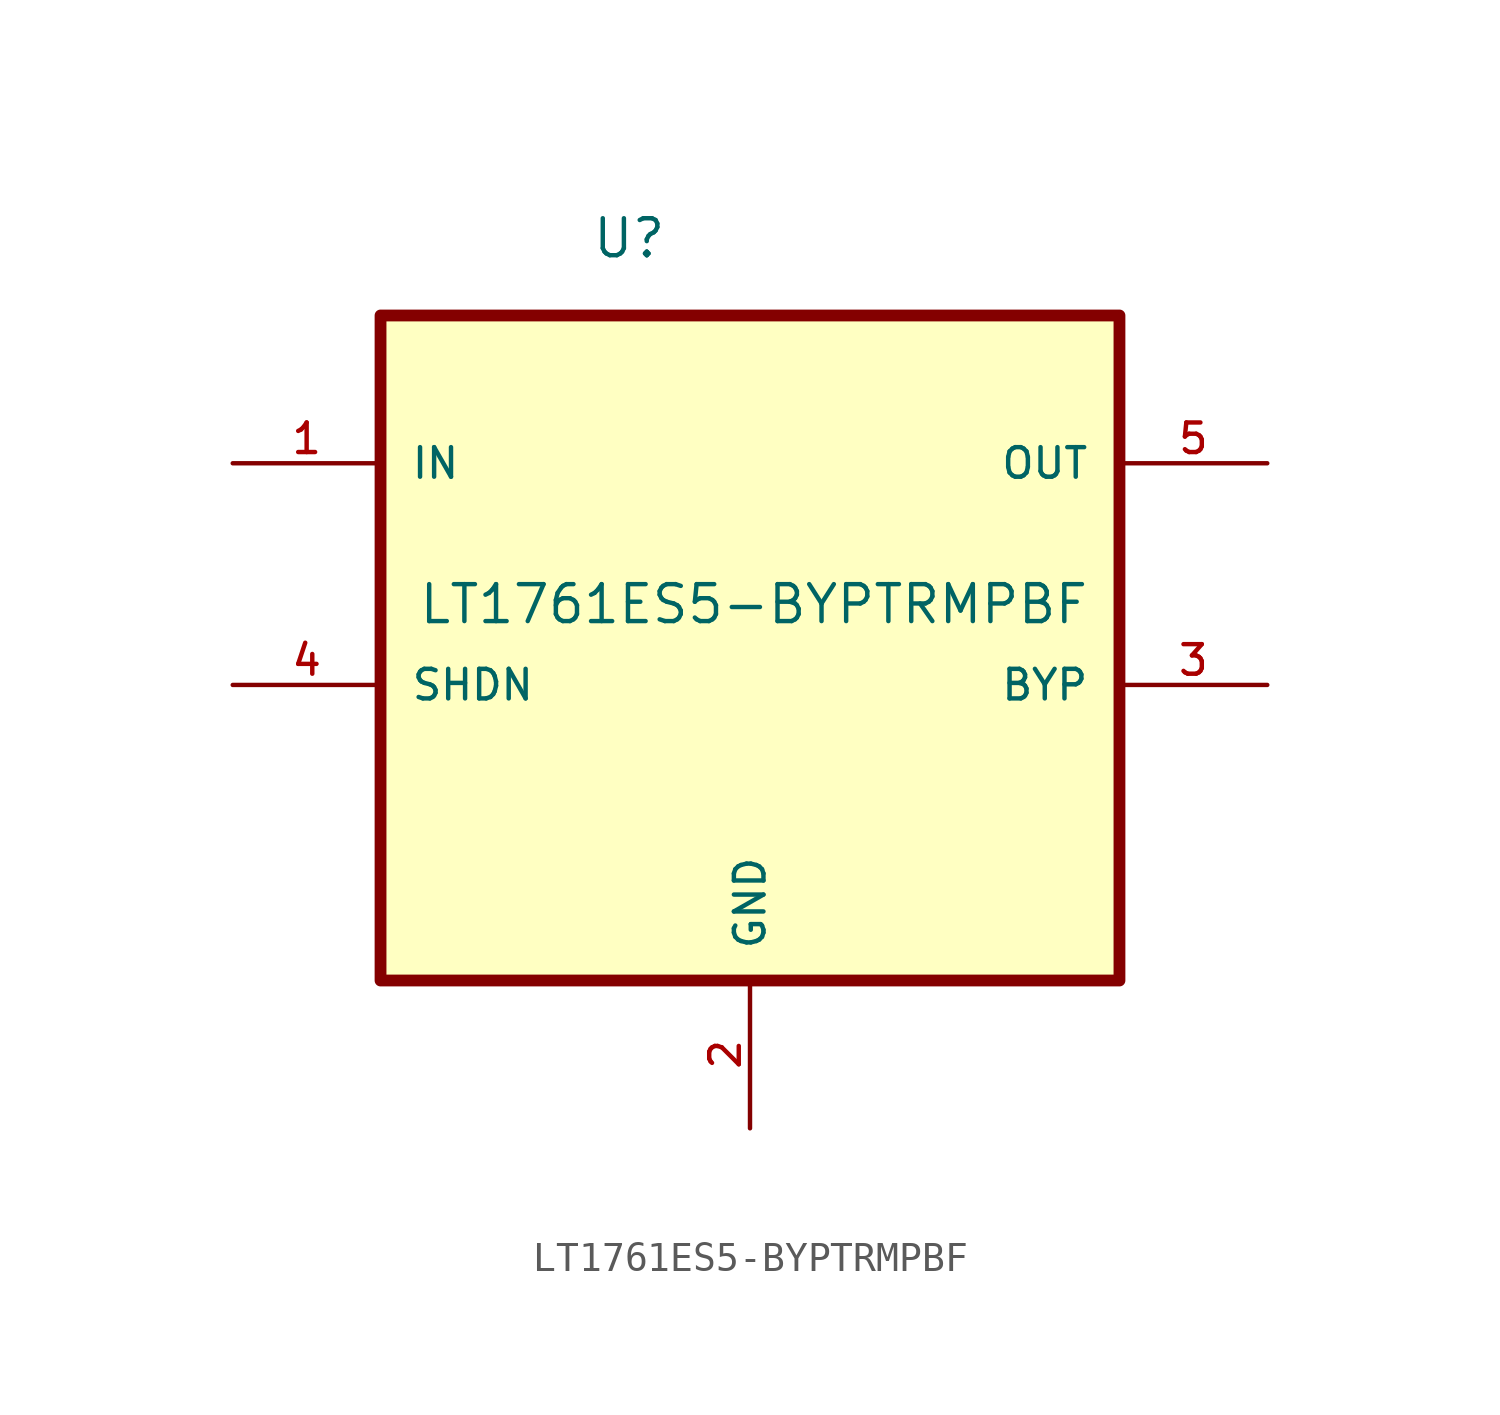
<source format=kicad_sym>
(kicad_symbol_lib
  (version 20241209)
  (generator "kicad_symbol_editor")
  (generator_version "9.0")
  (symbol "LT1761ES5-BYPTRMPBF"
    (pin_names
      (offset 1.016))
    (property "Reference" "U"
      (at -5.463 9.529 0)
      (effects (font (size 1.27 1.27)) (justify left bottom)))
    (property "Value" "LT1761ES5-BYPTRMPBF"
      (at -11.43 -3.048 0)
      (effects (font (size 1.27 1.27)) (justify left bottom)))
    (symbol "LT1761ES5-BYPTRMPBF_0_0"
      (rectangle (start -12.7 7.62) (end 12.7 -15.24) (stroke (width 0.406) (type default)) (fill (type background)))
      (pin input line (at -17.78 2.54 0) (length 5.08) (name "IN" (effects (font (size 1.016 1.016)))) (number "1" (effects (font (size 1.016 1.016)))))
      (pin output line (at 17.78 2.54 180) (length 5.08) (name "OUT" (effects (font (size 1.016 1.016)))) (number "5" (effects (font (size 1.016 1.016)))))
      (pin input line (at 17.78 -5.08 180) (length 5.08) (name "BYP" (effects (font (size 1.016 1.016)))) (number "3" (effects (font (size 1.016 1.016))))))
    (symbol "LT1761ES5-BYPTRMPBF_1_0"
      (pin input line (at -17.78 -5.08 0) (length 5.08) (name "SHDN" (effects (font (size 1.016 1.016)))) (number "4" (effects (font (size 1.016 1.016)))))
      (pin power_in line (at 0 -20.32 90) (length 5.08) (name "GND" (effects (font (size 1.016 1.016)))) (number "2" (effects (font (size 1.016 1.016))))))))
</source>
